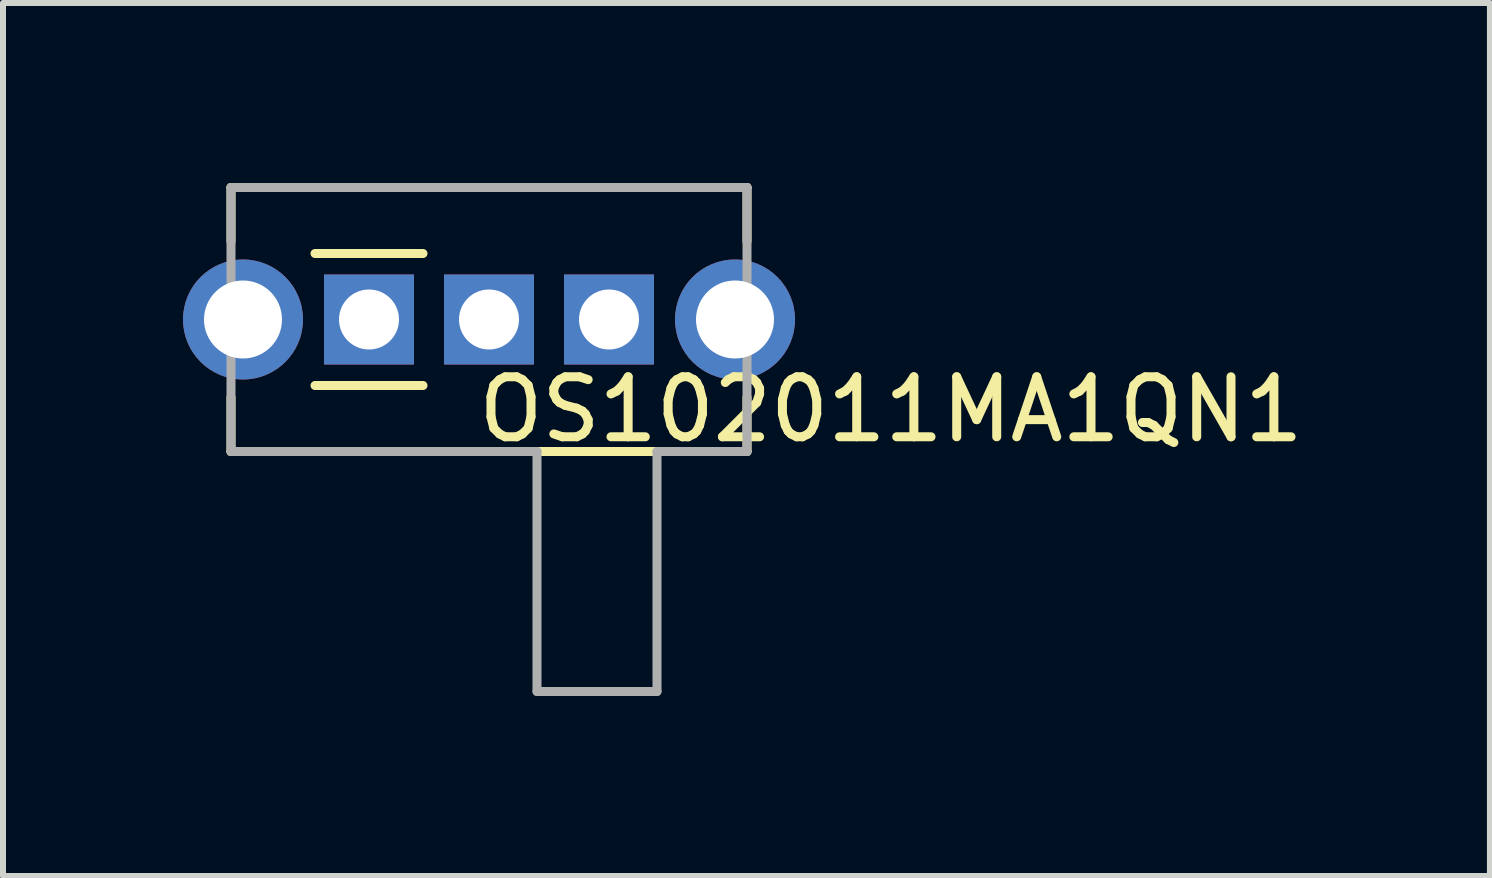
<source format=kicad_pcb>
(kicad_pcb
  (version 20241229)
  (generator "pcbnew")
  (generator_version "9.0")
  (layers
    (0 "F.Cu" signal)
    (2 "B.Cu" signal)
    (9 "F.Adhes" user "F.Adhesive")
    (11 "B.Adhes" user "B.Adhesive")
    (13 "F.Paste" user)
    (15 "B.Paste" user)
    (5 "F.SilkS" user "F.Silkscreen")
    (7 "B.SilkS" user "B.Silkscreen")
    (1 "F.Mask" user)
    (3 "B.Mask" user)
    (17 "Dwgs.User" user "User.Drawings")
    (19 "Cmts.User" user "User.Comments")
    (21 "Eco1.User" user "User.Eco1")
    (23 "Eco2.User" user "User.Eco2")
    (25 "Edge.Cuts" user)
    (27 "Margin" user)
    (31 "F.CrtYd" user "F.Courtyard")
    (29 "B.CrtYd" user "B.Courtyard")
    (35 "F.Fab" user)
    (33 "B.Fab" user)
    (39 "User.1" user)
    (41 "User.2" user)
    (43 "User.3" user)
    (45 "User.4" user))
  (footprint "OS102011MA1QN1"
    (layer "F.Cu")
    (at 5.1 2.275)
    (property "Reference" "OS102011MA1QN1" (at 6.7 1.5 0) (layer "F.SilkS") (effects (font (size 1 1) (thickness 0.15))))
    (attr through_hole)
    (fp_line (start -4.3 -2.2) (end -4.3 -1.3) (stroke (width 0.15) (type solid)) (layer "F.SilkS"))
    (fp_line (start -4.3 2.2) (end -4.3 1.3) (stroke (width 0.15) (type solid)) (layer "F.SilkS"))
    (fp_line (start -4.3 2.2) (end 4.2 2.2) (stroke (width 0.15) (type solid)) (layer "F.SilkS"))
    (fp_line (start -2.9 -1.1) (end -1.1 -1.1) (stroke (width 0.15) (type solid)) (layer "F.SilkS"))
    (fp_line (start -2.9 1.1) (end -1.1 1.1) (stroke (width 0.15) (type solid)) (layer "F.SilkS"))
    (fp_line (start 4.2 2.2) (end 4.3 2.2) (stroke (width 0.15) (type solid)) (layer "F.SilkS"))
    (fp_line (start 4.3 -2.2) (end -4.3 -2.2) (stroke (width 0.15) (type solid)) (layer "F.SilkS"))
    (fp_line (start 4.3 -2.2) (end 4.3 -1.3) (stroke (width 0.15) (type solid)) (layer "F.SilkS"))
    (fp_line (start 4.3 2.2) (end 4.3 1.3) (stroke (width 0.15) (type solid)) (layer "F.SilkS"))
    (fp_line (start -4.3 -2.2) (end 4.3 -2.2) (stroke (width 0.15) (type solid)) (layer "F.Fab"))
    (fp_line (start -4.3 2.2) (end -4.3 -2.2) (stroke (width 0.15) (type solid)) (layer "F.Fab"))
    (fp_line (start 0.8 2.2) (end -4.3 2.2) (stroke (width 0.15) (type solid)) (layer "F.Fab"))
    (fp_line (start 0.8 6.2) (end 0.8 2.2) (stroke (width 0.15) (type solid)) (layer "F.Fab"))
    (fp_line (start 2.8 2.2) (end 2.8 6.2) (stroke (width 0.15) (type solid)) (layer "F.Fab"))
    (fp_line (start 2.8 6.2) (end 0.8 6.2) (stroke (width 0.15) (type solid)) (layer "F.Fab"))
    (fp_line (start 4.3 -2.2) (end 4.3 2.2) (stroke (width 0.15) (type solid)) (layer "F.Fab"))
    (fp_line (start 4.3 2.2) (end 2.8 2.2) (stroke (width 0.15) (type solid)) (layer "F.Fab"))
    (pad "1" thru_hole rect (at -2 0) (size 1.5 1.5) (drill 1) (layers "*.Cu" "*.Mask"))
    (pad "2" thru_hole rect (at 0 0) (size 1.5 1.5) (drill 1) (layers "*.Cu" "*.Mask"))
    (pad "3" thru_hole rect (at 2 0) (size 1.5 1.5) (drill 1) (layers "*.Cu" "*.Mask"))
    (pad "4" thru_hole oval (at -4.1 0) (size 2 2) (drill oval 1.3) (layers "*.Cu" "*.Mask"))
    (pad "4" thru_hole oval (at 4.1 0) (size 2 2) (drill oval 1.3) (layers "*.Cu" "*.Mask")))
  (gr_rect
    (start -3 -3)
    (end 21.782 11.55)
    (stroke (width 0.1) (type default))
    (fill no)
    (layer "Edge.Cuts")))
</source>
